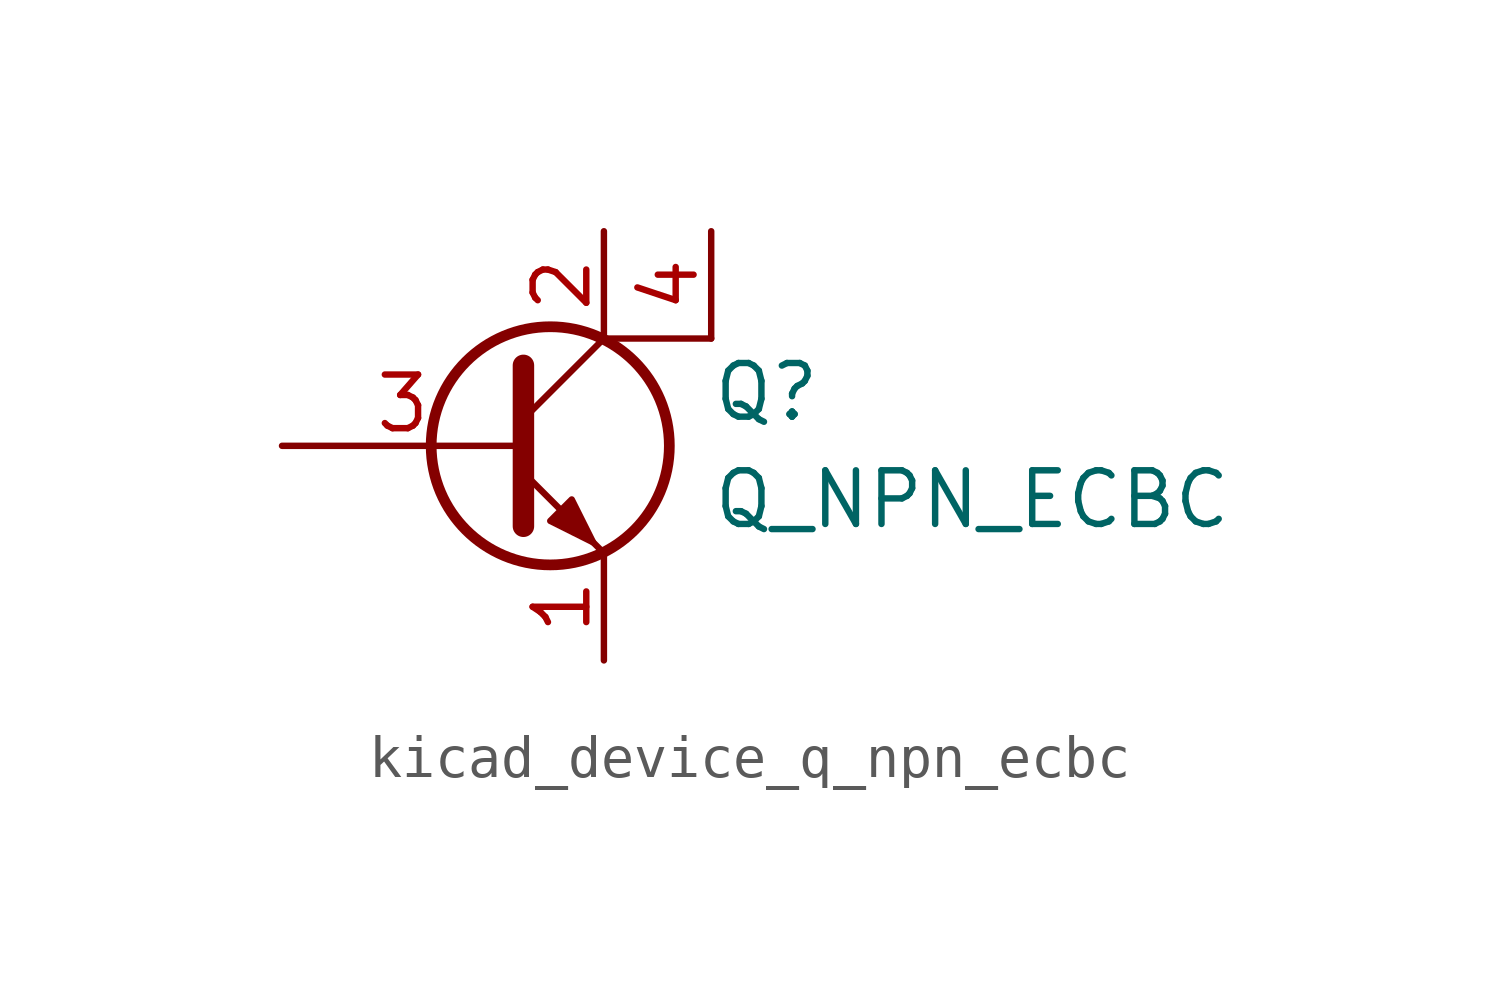
<source format=kicad_sym>
(kicad_symbol_lib
  (version 20220914)
  (generator kicad_symbol_editor)
  (symbol "kicad_device_q_npn_ecbc"
    (pin_names
      (offset 0) hide)
    (property "Reference" "Q"
      (at 5.08 1.27 0)
      (effects (font (size 1.27 1.27)) (justify left)))
    (property "Value" "Q_NPN_ECBC"
      (at 5.08 -1.27 0)
      (effects (font (size 1.27 1.27)) (justify left)))
    (symbol "kicad_device_q_npn_ecbc_0_1"
      (polyline (pts (xy 0.635 0.635) (xy 2.54 2.54)) (stroke (width 0) (type default)) (fill (type none)))
      (polyline (pts (xy 2.54 2.54) (xy 5.08 2.54)) (stroke (width 0) (type default)) (fill (type none)))
      (polyline (pts (xy 0.635 -0.635) (xy 2.54 -2.54) (xy 2.54 -2.54)) (stroke (width 0) (type default)) (fill (type none)))
      (polyline (pts (xy 0.635 1.905) (xy 0.635 -1.905) (xy 0.635 -1.905)) (stroke (width 0.508) (type default)) (fill (type none)))
      (polyline (pts (xy 1.27 -1.778) (xy 1.778 -1.27) (xy 2.286 -2.286) (xy 1.27 -1.778) (xy 1.27 -1.778)) (stroke (width 0) (type default)) (fill (type outline)))
      (circle (center 1.27 0) (radius 2.819) (stroke (width 0.254) (type default)) (fill (type none))))
    (symbol "kicad_device_q_npn_ecbc_1_1"
      (pin passive line (at 2.54 -5.08 90) (length 2.54) (name "E" (effects (font (size 1.27 1.27)))) (number "1" (effects (font (size 1.27 1.27)))))
      (pin passive line (at 2.54 5.08 270) (length 2.54) (name "C" (effects (font (size 1.27 1.27)))) (number "2" (effects (font (size 1.27 1.27)))))
      (pin passive line (at -5.08 0 0) (length 5.715) (name "B" (effects (font (size 1.27 1.27)))) (number "3" (effects (font (size 1.27 1.27)))))
      (pin passive line (at 5.08 5.08 270) (length 2.54) (name "C" (effects (font (size 1.27 1.27)))) (number "4" (effects (font (size 1.27 1.27))))))))
</source>
